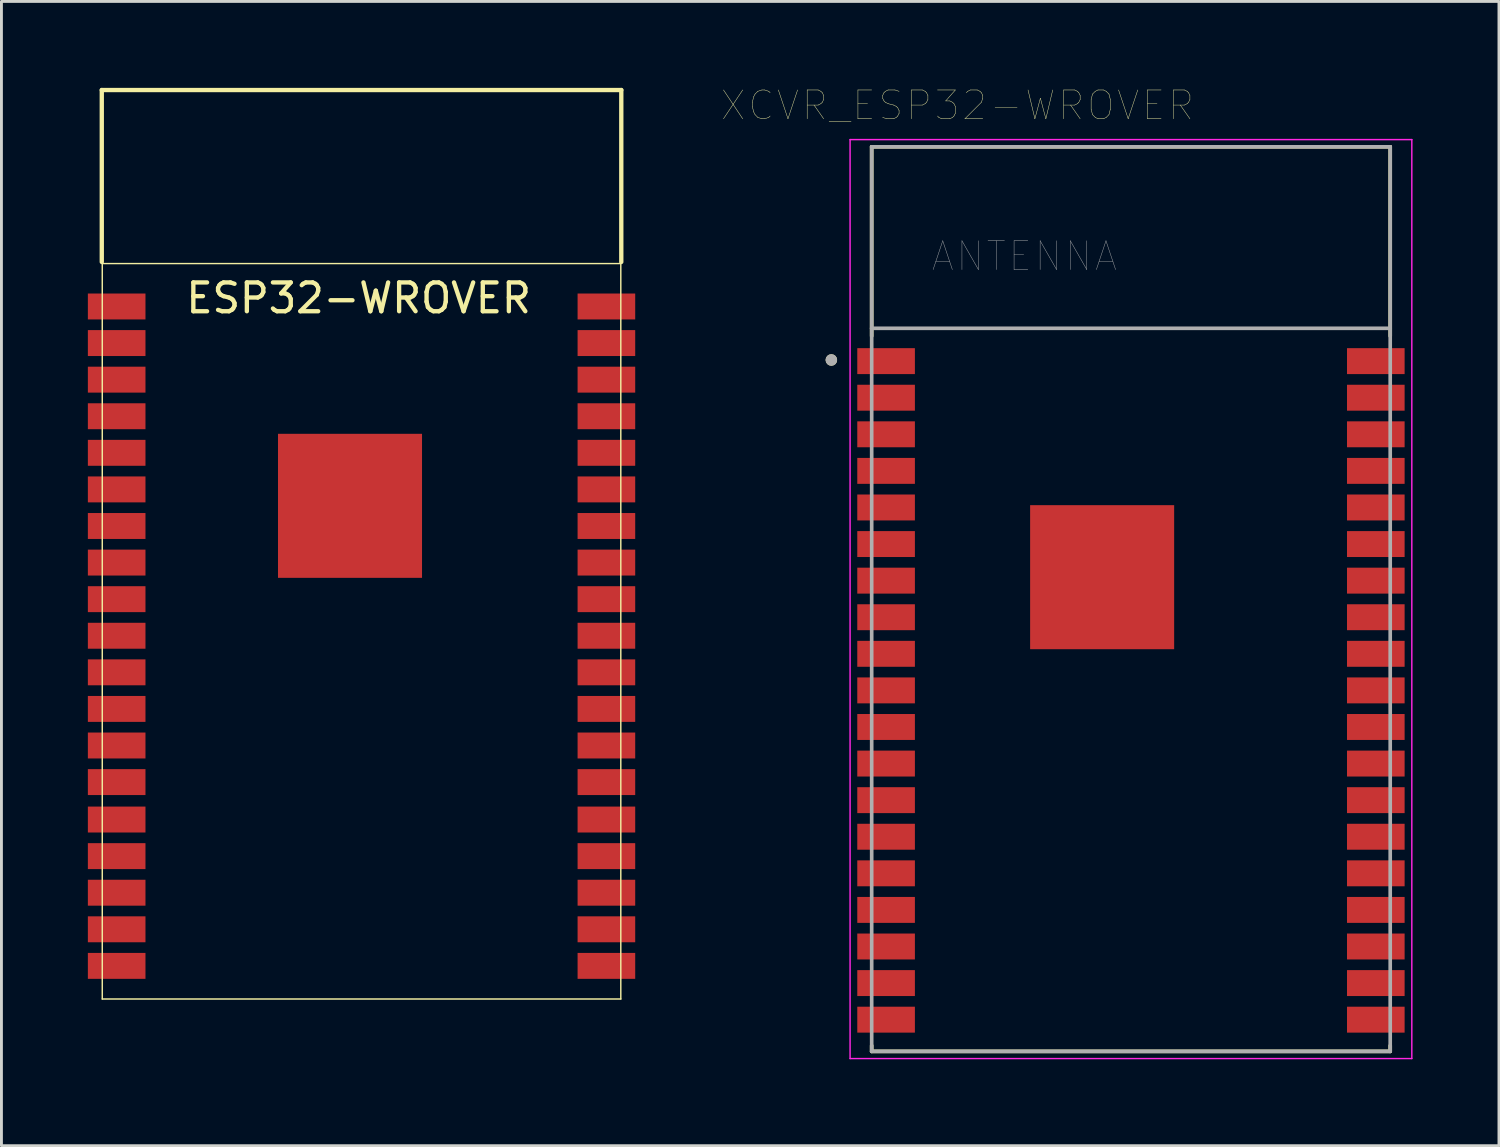
<source format=kicad_pcb>
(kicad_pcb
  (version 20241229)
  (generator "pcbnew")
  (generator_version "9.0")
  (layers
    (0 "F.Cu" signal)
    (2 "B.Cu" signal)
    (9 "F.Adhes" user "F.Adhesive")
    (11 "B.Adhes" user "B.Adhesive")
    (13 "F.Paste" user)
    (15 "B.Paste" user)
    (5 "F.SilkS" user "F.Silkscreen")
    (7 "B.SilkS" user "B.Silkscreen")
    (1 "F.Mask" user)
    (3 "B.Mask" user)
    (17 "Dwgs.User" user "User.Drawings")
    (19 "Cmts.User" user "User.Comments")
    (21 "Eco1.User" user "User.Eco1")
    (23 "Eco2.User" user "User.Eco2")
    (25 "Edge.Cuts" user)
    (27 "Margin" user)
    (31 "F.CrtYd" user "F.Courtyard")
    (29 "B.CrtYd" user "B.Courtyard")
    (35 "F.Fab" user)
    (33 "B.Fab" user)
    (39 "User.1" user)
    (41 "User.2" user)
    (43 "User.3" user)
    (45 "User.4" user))
  (footprint "XCVR_ESP32-WROVER"
    (layer "F.Cu")
    (at 36.209 17.746)
    (property "Reference" "XCVR_ESP32-WROVER" (at -6.025 -17.135 0) (layer "F.SilkS") (effects (font (size 1 1) (thickness 0.015))))
    (attr through_hole)
    (fp_poly (pts (xy -3.5 -3.26) (xy -2.17 -3.26) (xy -2.17 -1.93) (xy -3.5 -1.93)) (stroke (width 0.01) (type solid)) (fill yes) (layer "F.Mask"))
    (fp_poly (pts (xy -3.5 -1.425) (xy -2.17 -1.425) (xy -2.17 -0.095) (xy -3.5 -0.095)) (stroke (width 0.01) (type solid)) (fill yes) (layer "F.Mask"))
    (fp_poly (pts (xy -3.5 0.41) (xy -2.17 0.41) (xy -2.17 1.74) (xy -3.5 1.74)) (stroke (width 0.01) (type solid)) (fill yes) (layer "F.Mask"))
    (fp_poly (pts (xy -1.665 -3.26) (xy -0.335 -3.26) (xy -0.335 -1.93) (xy -1.665 -1.93)) (stroke (width 0.01) (type solid)) (fill yes) (layer "F.Mask"))
    (fp_poly (pts (xy -1.665 -1.425) (xy -0.335 -1.425) (xy -0.335 -0.095) (xy -1.665 -0.095)) (stroke (width 0.01) (type solid)) (fill yes) (layer "F.Mask"))
    (fp_poly (pts (xy -1.665 0.41) (xy -0.335 0.41) (xy -0.335 1.74) (xy -1.665 1.74)) (stroke (width 0.01) (type solid)) (fill yes) (layer "F.Mask"))
    (fp_poly (pts (xy 0.17 -3.26) (xy 1.5 -3.26) (xy 1.5 -1.93) (xy 0.17 -1.93)) (stroke (width 0.01) (type solid)) (fill yes) (layer "F.Mask"))
    (fp_poly (pts (xy 0.17 -1.425) (xy 1.5 -1.425) (xy 1.5 -0.095) (xy 0.17 -0.095)) (stroke (width 0.01) (type solid)) (fill yes) (layer "F.Mask"))
    (fp_poly (pts (xy 0.17 0.41) (xy 1.5 0.41) (xy 1.5 1.74) (xy 0.17 1.74)) (stroke (width 0.01) (type solid)) (fill yes) (layer "F.Mask"))
    (fp_line (start -9 -15.7) (end 9 -15.7) (stroke (width 0.127) (type solid)) (layer "F.SilkS"))
    (fp_line (start -9 -9.13) (end -9 -15.7) (stroke (width 0.127) (type solid)) (layer "F.SilkS"))
    (fp_line (start -9 15.5) (end -9 15.7) (stroke (width 0.127) (type solid)) (layer "F.SilkS"))
    (fp_line (start -9 15.7) (end 9 15.7) (stroke (width 0.127) (type solid)) (layer "F.SilkS"))
    (fp_line (start 9 -15.7) (end 9 -9.13) (stroke (width 0.127) (type solid)) (layer "F.SilkS"))
    (fp_line (start 9 15.7) (end 9 15.5) (stroke (width 0.127) (type solid)) (layer "F.SilkS"))
    (fp_circle (center -10.4 -8.3) (end -10.3 -8.3) (stroke (width 0.2) (type solid)) (fill no) (layer "F.SilkS"))
    (fp_poly (pts (xy -3.5 -3.26) (xy -2.17 -3.26) (xy -2.17 -1.93) (xy -3.5 -1.93)) (stroke (width 0.01) (type solid)) (fill yes) (layer "F.Paste"))
    (fp_poly (pts (xy -3.5 -1.425) (xy -2.17 -1.425) (xy -2.17 -0.095) (xy -3.5 -0.095)) (stroke (width 0.01) (type solid)) (fill yes) (layer "F.Paste"))
    (fp_poly (pts (xy -3.5 0.41) (xy -2.17 0.41) (xy -2.17 1.74) (xy -3.5 1.74)) (stroke (width 0.01) (type solid)) (fill yes) (layer "F.Paste"))
    (fp_poly (pts (xy -1.665 -3.26) (xy -0.335 -3.26) (xy -0.335 -1.93) (xy -1.665 -1.93)) (stroke (width 0.01) (type solid)) (fill yes) (layer "F.Paste"))
    (fp_poly (pts (xy -1.665 -1.425) (xy -0.335 -1.425) (xy -0.335 -0.095) (xy -1.665 -0.095)) (stroke (width 0.01) (type solid)) (fill yes) (layer "F.Paste"))
    (fp_poly (pts (xy -1.665 0.41) (xy -0.335 0.41) (xy -0.335 1.74) (xy -1.665 1.74)) (stroke (width 0.01) (type solid)) (fill yes) (layer "F.Paste"))
    (fp_poly (pts (xy 0.17 -3.26) (xy 1.5 -3.26) (xy 1.5 -1.93) (xy 0.17 -1.93)) (stroke (width 0.01) (type solid)) (fill yes) (layer "F.Paste"))
    (fp_poly (pts (xy 0.17 -1.425) (xy 1.5 -1.425) (xy 1.5 -0.095) (xy 0.17 -0.095)) (stroke (width 0.01) (type solid)) (fill yes) (layer "F.Paste"))
    (fp_poly (pts (xy 0.17 0.41) (xy 1.5 0.41) (xy 1.5 1.74) (xy 0.17 1.74)) (stroke (width 0.01) (type solid)) (fill yes) (layer "F.Paste"))
    (fp_line (start -9.75 -15.95) (end -9.75 15.95) (stroke (width 0.05) (type solid)) (layer "F.CrtYd"))
    (fp_line (start -9.75 -15.95) (end 9.75 -15.95) (stroke (width 0.05) (type solid)) (layer "F.CrtYd"))
    (fp_line (start -9.75 15.95) (end 9.75 15.95) (stroke (width 0.05) (type solid)) (layer "F.CrtYd"))
    (fp_line (start 9.75 15.95) (end 9.75 -15.95) (stroke (width 0.05) (type solid)) (layer "F.CrtYd"))
    (fp_line (start -9 -15.7) (end 9 -15.7) (stroke (width 0.127) (type solid)) (layer "F.Fab"))
    (fp_line (start -9 -9.4) (end -9 -15.7) (stroke (width 0.127) (type solid)) (layer "F.Fab"))
    (fp_line (start -9 -9.4) (end 9 -9.4) (stroke (width 0.127) (type solid)) (layer "F.Fab"))
    (fp_line (start -9 15.7) (end -9 -9.4) (stroke (width 0.127) (type solid)) (layer "F.Fab"))
    (fp_line (start 9 -15.7) (end 9 -9.4) (stroke (width 0.127) (type solid)) (layer "F.Fab"))
    (fp_line (start 9 -9.4) (end 9 15.7) (stroke (width 0.127) (type solid)) (layer "F.Fab"))
    (fp_line (start 9 15.7) (end -9 15.7) (stroke (width 0.127) (type solid)) (layer "F.Fab"))
    (fp_circle (center -10.4 -8.3) (end -10.3 -8.3) (stroke (width 0.2) (type solid)) (fill no) (layer "F.Fab"))
    (fp_text user "ANTENNA" (at -3.7 -11.9 0) (layer "F.Fab") (effects (font (size 1 1) (thickness 0.015))))
    (pad "1" smd rect (at -8.5 -8.26) (size 2 0.9) (layers "F.Cu" "F.Mask" "F.Paste"))
    (pad "2" smd rect (at -8.5 -6.99) (size 2 0.9) (layers "F.Cu" "F.Mask" "F.Paste"))
    (pad "3" smd rect (at -8.5 -5.72) (size 2 0.9) (layers "F.Cu" "F.Mask" "F.Paste"))
    (pad "4" smd rect (at -8.5 -4.45) (size 2 0.9) (layers "F.Cu" "F.Mask" "F.Paste"))
    (pad "5" smd rect (at -8.5 -3.18) (size 2 0.9) (layers "F.Cu" "F.Mask" "F.Paste"))
    (pad "6" smd rect (at -8.5 -1.91) (size 2 0.9) (layers "F.Cu" "F.Mask" "F.Paste"))
    (pad "7" smd rect (at -8.5 -0.64) (size 2 0.9) (layers "F.Cu" "F.Mask" "F.Paste"))
    (pad "8" smd rect (at -8.5 0.63) (size 2 0.9) (layers "F.Cu" "F.Mask" "F.Paste"))
    (pad "9" smd rect (at -8.5 1.9) (size 2 0.9) (layers "F.Cu" "F.Mask" "F.Paste"))
    (pad "10" smd rect (at -8.5 3.17) (size 2 0.9) (layers "F.Cu" "F.Mask" "F.Paste"))
    (pad "11" smd rect (at -8.5 4.44) (size 2 0.9) (layers "F.Cu" "F.Mask" "F.Paste"))
    (pad "12" smd rect (at -8.5 5.71) (size 2 0.9) (layers "F.Cu" "F.Mask" "F.Paste"))
    (pad "13" smd rect (at -8.5 6.98) (size 2 0.9) (layers "F.Cu" "F.Mask" "F.Paste"))
    (pad "14" smd rect (at -8.5 8.25) (size 2 0.9) (layers "F.Cu" "F.Mask" "F.Paste"))
    (pad "15" smd rect (at -8.5 9.52) (size 2 0.9) (layers "F.Cu" "F.Mask" "F.Paste"))
    (pad "16" smd rect (at -8.5 10.79) (size 2 0.9) (layers "F.Cu" "F.Mask" "F.Paste"))
    (pad "17" smd rect (at -8.5 12.06) (size 2 0.9) (layers "F.Cu" "F.Mask" "F.Paste"))
    (pad "18" smd rect (at -8.5 13.33) (size 2 0.9) (layers "F.Cu" "F.Mask" "F.Paste"))
    (pad "19" smd rect (at -8.5 14.6) (size 2 0.9) (layers "F.Cu" "F.Mask" "F.Paste"))
    (pad "20" smd rect (at 8.5 14.6) (size 2 0.9) (layers "F.Cu" "F.Mask" "F.Paste"))
    (pad "21" smd rect (at 8.5 13.33) (size 2 0.9) (layers "F.Cu" "F.Mask" "F.Paste"))
    (pad "22" smd rect (at 8.5 12.06) (size 2 0.9) (layers "F.Cu" "F.Mask" "F.Paste"))
    (pad "23" smd rect (at 8.5 10.79) (size 2 0.9) (layers "F.Cu" "F.Mask" "F.Paste"))
    (pad "24" smd rect (at 8.5 9.52) (size 2 0.9) (layers "F.Cu" "F.Mask" "F.Paste"))
    (pad "25" smd rect (at 8.5 8.25) (size 2 0.9) (layers "F.Cu" "F.Mask" "F.Paste"))
    (pad "26" smd rect (at 8.5 6.98) (size 2 0.9) (layers "F.Cu" "F.Mask" "F.Paste"))
    (pad "27" smd rect (at 8.5 5.71) (size 2 0.9) (layers "F.Cu" "F.Mask" "F.Paste"))
    (pad "28" smd rect (at 8.5 4.44) (size 2 0.9) (layers "F.Cu" "F.Mask" "F.Paste"))
    (pad "29" smd rect (at 8.5 3.17) (size 2 0.9) (layers "F.Cu" "F.Mask" "F.Paste"))
    (pad "30" smd rect (at 8.5 1.9) (size 2 0.9) (layers "F.Cu" "F.Mask" "F.Paste"))
    (pad "31" smd rect (at 8.5 0.63) (size 2 0.9) (layers "F.Cu" "F.Mask" "F.Paste"))
    (pad "32" smd rect (at 8.5 -0.64) (size 2 0.9) (layers "F.Cu" "F.Mask" "F.Paste"))
    (pad "33" smd rect (at 8.5 -1.91) (size 2 0.9) (layers "F.Cu" "F.Mask" "F.Paste"))
    (pad "34" smd rect (at 8.5 -3.18) (size 2 0.9) (layers "F.Cu" "F.Mask" "F.Paste"))
    (pad "35" smd rect (at 8.5 -4.45) (size 2 0.9) (layers "F.Cu" "F.Mask" "F.Paste"))
    (pad "36" smd rect (at 8.5 -5.72) (size 2 0.9) (layers "F.Cu" "F.Mask" "F.Paste"))
    (pad "37" smd rect (at 8.5 -6.99) (size 2 0.9) (layers "F.Cu" "F.Mask" "F.Paste"))
    (pad "38" smd rect (at 8.5 -8.26) (size 2 0.9) (layers "F.Cu" "F.Mask" "F.Paste"))
    (pad "39" smd rect (at -1 -0.76) (size 5 5) (layers "F.Cu" "F.Mask")))
  (footprint "ESP32-WROVER"
    (layer "F.Cu")
    (at 9.5 6.679)
    (property "Reference" "ESP32-WROVER" (at -0.1 0.62 0) (layer "F.SilkS") (effects (font (size 1 1) (thickness 0.15))))
    (attr smd)
    (fp_line (start -9.017 -0.635) (end -9.017 -6.604) (stroke (width 0.15) (type solid)) (layer "F.SilkS"))
    (fp_line (start -9 -0.58) (end 9 -0.58) (stroke (width 0.05) (type solid)) (layer "F.SilkS"))
    (fp_line (start -9 24.95) (end -9 -0.58) (stroke (width 0.05) (type solid)) (layer "F.SilkS"))
    (fp_line (start 9 -0.58) (end 9 24.95) (stroke (width 0.05) (type solid)) (layer "F.SilkS"))
    (fp_line (start 9 24.95) (end -9 24.95) (stroke (width 0.05) (type solid)) (layer "F.SilkS"))
    (fp_line (start 9.017 -6.604) (end -9.017 -6.604) (stroke (width 0.15) (type solid)) (layer "F.SilkS"))
    (fp_line (start 9.017 -0.635) (end 9.017 -6.604) (stroke (width 0.15) (type solid)) (layer "F.SilkS"))
    (pad "1" smd rect (at -8.5 0.91) (size 2 0.9) (layers "F.Cu" "F.Mask" "F.Paste"))
    (pad "2" smd rect (at -8.5 2.18) (size 2 0.9) (layers "F.Cu" "F.Mask" "F.Paste"))
    (pad "3" smd rect (at -8.5 3.45) (size 2 0.9) (layers "F.Cu" "F.Mask" "F.Paste"))
    (pad "4" smd rect (at -8.5 4.72) (size 2 0.9) (layers "F.Cu" "F.Mask" "F.Paste"))
    (pad "5" smd rect (at -8.5 5.99) (size 2 0.9) (layers "F.Cu" "F.Mask" "F.Paste"))
    (pad "6" smd rect (at -8.5 7.26) (size 2 0.9) (layers "F.Cu" "F.Mask" "F.Paste"))
    (pad "7" smd rect (at -8.5 8.53) (size 2 0.9) (layers "F.Cu" "F.Mask" "F.Paste"))
    (pad "8" smd rect (at -8.5 9.8) (size 2 0.9) (layers "F.Cu" "F.Mask" "F.Paste"))
    (pad "9" smd rect (at -8.5 11.07) (size 2 0.9) (layers "F.Cu" "F.Mask" "F.Paste"))
    (pad "10" smd rect (at -8.5 12.34) (size 2 0.9) (layers "F.Cu" "F.Mask" "F.Paste"))
    (pad "11" smd rect (at -8.5 13.61) (size 2 0.9) (layers "F.Cu" "F.Mask" "F.Paste"))
    (pad "12" smd rect (at -8.5 14.88) (size 2 0.9) (layers "F.Cu" "F.Mask" "F.Paste"))
    (pad "13" smd rect (at -8.5 16.15) (size 2 0.9) (layers "F.Cu" "F.Mask" "F.Paste"))
    (pad "14" smd rect (at -8.5 17.42) (size 2 0.9) (layers "F.Cu" "F.Mask" "F.Paste"))
    (pad "15" smd rect (at -8.5 18.72) (size 2 0.9) (layers "F.Cu" "F.Mask" "F.Paste"))
    (pad "16" smd rect (at -8.5 19.99) (size 2 0.9) (layers "F.Cu" "F.Mask" "F.Paste"))
    (pad "17" smd rect (at -8.5 21.26) (size 2 0.9) (layers "F.Cu" "F.Mask" "F.Paste"))
    (pad "18" smd rect (at -8.5 22.53) (size 2 0.9) (layers "F.Cu" "F.Mask" "F.Paste"))
    (pad "19" smd rect (at -8.5 23.8) (size 2 0.9) (layers "F.Cu" "F.Mask" "F.Paste"))
    (pad "20" smd rect (at 8.5 23.8) (size 2 0.9) (layers "F.Cu" "F.Mask" "F.Paste"))
    (pad "21" smd rect (at 8.5 22.53) (size 2 0.9) (layers "F.Cu" "F.Mask" "F.Paste"))
    (pad "22" smd rect (at 8.5 21.26) (size 2 0.9) (layers "F.Cu" "F.Mask" "F.Paste"))
    (pad "23" smd rect (at 8.5 19.99) (size 2 0.9) (layers "F.Cu" "F.Mask" "F.Paste"))
    (pad "24" smd rect (at 8.5 18.72) (size 2 0.9) (layers "F.Cu" "F.Mask" "F.Paste"))
    (pad "25" smd rect (at 8.5 17.42) (size 2 0.9) (layers "F.Cu" "F.Mask" "F.Paste"))
    (pad "26" smd rect (at 8.5 16.15) (size 2 0.9) (layers "F.Cu" "F.Mask" "F.Paste"))
    (pad "27" smd rect (at 8.5 14.88) (size 2 0.9) (layers "F.Cu" "F.Mask" "F.Paste"))
    (pad "28" smd rect (at 8.5 13.61) (size 2 0.9) (layers "F.Cu" "F.Mask" "F.Paste"))
    (pad "29" smd rect (at 8.5 12.34) (size 2 0.9) (layers "F.Cu" "F.Mask" "F.Paste"))
    (pad "30" smd rect (at 8.5 11.07) (size 2 0.9) (layers "F.Cu" "F.Mask" "F.Paste"))
    (pad "31" smd rect (at 8.5 9.8) (size 2 0.9) (layers "F.Cu" "F.Mask" "F.Paste"))
    (pad "32" smd rect (at 8.5 8.53) (size 2 0.9) (layers "F.Cu" "F.Mask" "F.Paste"))
    (pad "33" smd rect (at 8.5 7.26) (size 2 0.9) (layers "F.Cu" "F.Mask" "F.Paste"))
    (pad "34" smd rect (at 8.5 5.99) (size 2 0.9) (layers "F.Cu" "F.Mask" "F.Paste"))
    (pad "35" smd rect (at 8.5 4.72) (size 2 0.9) (layers "F.Cu" "F.Mask" "F.Paste"))
    (pad "36" smd rect (at 8.5 3.45) (size 2 0.9) (layers "F.Cu" "F.Mask" "F.Paste"))
    (pad "37" smd rect (at 8.5 2.18) (size 2 0.9) (layers "F.Cu" "F.Mask" "F.Paste"))
    (pad "38" smd rect (at 8.5 0.91) (size 2 0.9) (layers "F.Cu" "F.Mask" "F.Paste"))
    (pad "39" smd rect (at -0.4 7.83) (size 5 5) (layers "F.Cu" "F.Mask" "F.Paste")))
  (gr_rect
    (start -3 -3)
    (end 48.984 36.721)
    (stroke (width 0.1) (type default))
    (fill no)
    (layer "Edge.Cuts")))
</source>
